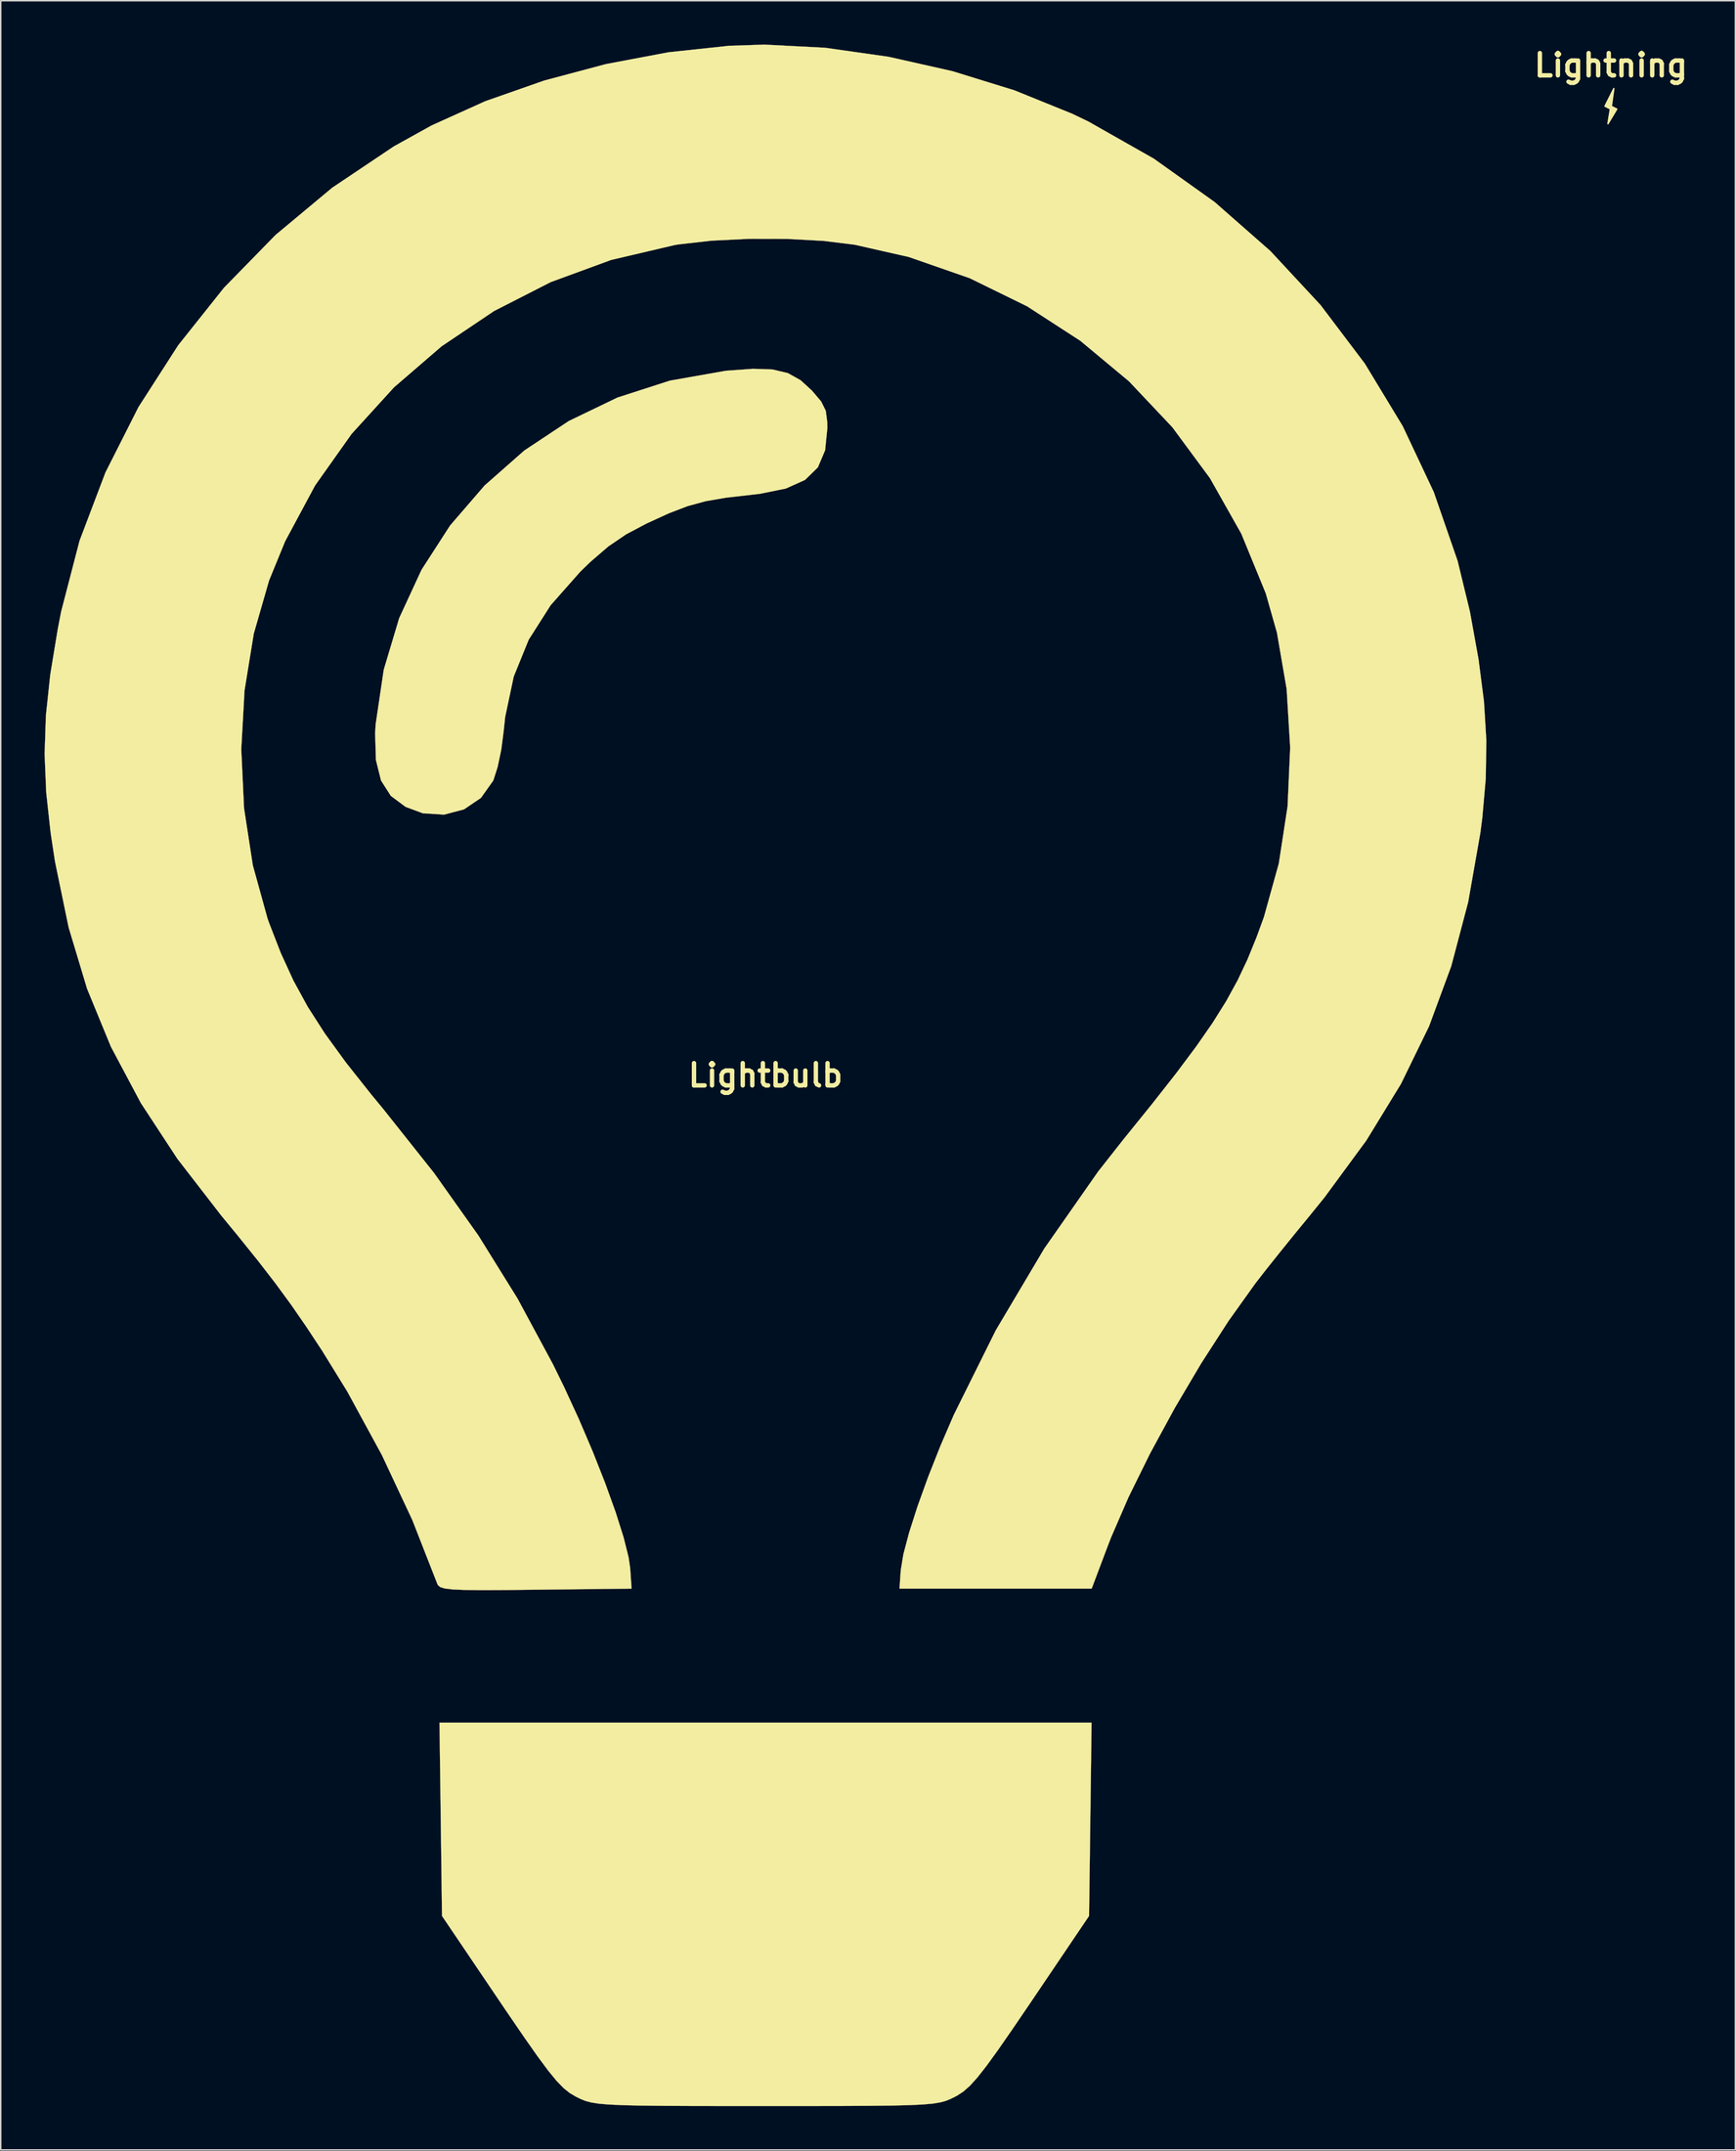
<source format=kicad_pcb>
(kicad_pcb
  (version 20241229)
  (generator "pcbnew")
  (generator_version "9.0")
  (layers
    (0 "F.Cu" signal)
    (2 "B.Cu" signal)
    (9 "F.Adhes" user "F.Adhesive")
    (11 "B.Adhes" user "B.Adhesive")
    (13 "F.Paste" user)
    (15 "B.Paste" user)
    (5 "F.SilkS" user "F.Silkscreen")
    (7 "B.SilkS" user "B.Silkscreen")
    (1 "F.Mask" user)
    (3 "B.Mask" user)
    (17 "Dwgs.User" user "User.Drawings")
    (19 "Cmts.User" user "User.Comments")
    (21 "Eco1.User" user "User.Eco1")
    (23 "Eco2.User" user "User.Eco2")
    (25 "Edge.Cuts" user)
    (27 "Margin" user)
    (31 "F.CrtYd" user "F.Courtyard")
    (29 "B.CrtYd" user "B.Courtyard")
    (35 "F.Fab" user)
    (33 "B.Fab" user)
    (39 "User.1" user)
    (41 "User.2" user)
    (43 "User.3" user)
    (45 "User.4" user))
  (footprint "Lightbulb"
    (layer "F.Cu")
    (at 49.37 70.561)
    (property "Reference" "Lightbulb" (at 0 0 0) (layer "F.SilkS") (effects (font (size 1.524 1.524) (thickness 0.3))))
    (attr through_hole)
    (fp_poly (pts (xy 22.154 57.544) (xy 18.187 63.415) (xy 16.925 65.271) (xy 15.924 66.714) (xy 15.134 67.805) (xy 14.509 68.602) (xy 14 69.166) (xy 13.558 69.557) (xy 13.137 69.834) (xy 12.976 69.921) (xy 12.66 70.076) (xy 12.341 70.204) (xy 11.965 70.307) (xy 11.474 70.388) (xy 10.813 70.449) (xy 9.927 70.493) (xy 8.758 70.523) (xy 7.251 70.541) (xy 5.35 70.551) (xy 3 70.555) (xy 0.143 70.556) (xy 0 70.556) (xy -2.881 70.555) (xy -5.253 70.551) (xy -7.173 70.542) (xy -8.697 70.524) (xy -9.88 70.494) (xy -10.778 70.451) (xy -11.448 70.391) (xy -11.945 70.311) (xy -12.326 70.21) (xy -12.646 70.083) (xy -12.961 69.928) (xy -12.976 69.921) (xy -13.402 69.67) (xy -13.83 69.328) (xy -14.309 68.835) (xy -14.885 68.132) (xy -15.608 67.157) (xy -16.525 65.852) (xy -17.685 64.156) (xy -18.187 63.415) (xy -22.154 57.544) (xy -22.239 50.927) (xy -22.325 44.309) (xy 22.325 44.309) (xy 22.154 57.544)) (stroke (width 0.01) (type solid)) (fill yes) (layer "F.SilkS"))
    (fp_poly (pts (xy 0.48 -48.319) (xy 1.53 -48.069) (xy 2.399 -47.585) (xy 3.175 -46.875) (xy 3.81 -46.127) (xy 4.125 -45.49) (xy 4.228 -44.701) (xy 4.233 -44.306) (xy 4.079 -42.787) (xy 3.585 -41.619) (xy 2.705 -40.759) (xy 1.393 -40.168) (xy -0.397 -39.805) (xy -0.945 -39.743) (xy -2.707 -39.542) (xy -4.106 -39.3) (xy -5.342 -38.963) (xy -6.616 -38.475) (xy -8.129 -37.782) (xy -8.148 -37.773) (xy -9.552 -37.03) (xy -10.764 -36.205) (xy -11.993 -35.148) (xy -12.685 -34.477) (xy -14.713 -32.183) (xy -16.217 -29.82) (xy -17.242 -27.3) (xy -17.828 -24.537) (xy -17.933 -23.555) (xy -18.094 -22.303) (xy -18.344 -21.109) (xy -18.63 -20.216) (xy -18.656 -20.16) (xy -19.488 -18.99) (xy -20.645 -18.207) (xy -22.011 -17.845) (xy -23.471 -17.939) (xy -24.648 -18.376) (xy -25.659 -19.13) (xy -26.328 -20.179) (xy -26.679 -21.584) (xy -26.734 -23.407) (xy -26.697 -24.034) (xy -26.144 -27.763) (xy -25.085 -31.299) (xy -23.557 -34.604) (xy -21.596 -37.642) (xy -19.237 -40.377) (xy -16.517 -42.772) (xy -13.473 -44.79) (xy -10.141 -46.396) (xy -6.556 -47.553) (xy -2.756 -48.224) (xy -2.649 -48.235) (xy -0.873 -48.365) (xy 0.48 -48.319)) (stroke (width 0.01) (type solid)) (fill yes) (layer "F.SilkS"))
    (fp_poly (pts (xy 4.083 -70.341) (xy 8.425 -69.723) (xy 12.797 -68.739) (xy 17.041 -67.428) (xy 20.994 -65.827) (xy 22.109 -65.291) (xy 26.588 -62.75) (xy 30.75 -59.783) (xy 34.567 -56.43) (xy 38.006 -52.728) (xy 41.038 -48.718) (xy 43.632 -44.438) (xy 45.758 -39.927) (xy 47.386 -35.224) (xy 48.231 -31.75) (xy 48.821 -28.49) (xy 49.194 -25.597) (xy 49.357 -22.921) (xy 49.316 -20.311) (xy 49.079 -17.617) (xy 48.946 -16.59) (xy 48.111 -11.853) (xy 46.954 -7.474) (xy 45.435 -3.358) (xy 43.51 0.589) (xy 41.138 4.462) (xy 38.276 8.356) (xy 37.272 9.596) (xy 36.223 10.874) (xy 35.171 12.176) (xy 34.236 13.349) (xy 33.541 14.243) (xy 33.532 14.255) (xy 31.702 16.817) (xy 29.84 19.703) (xy 28.025 22.769) (xy 26.336 25.876) (xy 24.854 28.881) (xy 23.656 31.644) (xy 23.439 32.205) (xy 22.333 35.137) (xy 9.172 35.137) (xy 9.261 33.867) (xy 9.439 32.785) (xy 9.834 31.296) (xy 10.411 29.495) (xy 11.138 27.481) (xy 11.981 25.352) (xy 12.89 23.244) (xy 15.768 17.45) (xy 19.089 11.856) (xy 22.776 6.585) (xy 24.49 4.407) (xy 26.472 1.955) (xy 28.124 -0.148) (xy 29.489 -1.974) (xy 30.615 -3.594) (xy 31.546 -5.081) (xy 32.327 -6.506) (xy 33.005 -7.94) (xy 33.623 -9.457) (xy 34.128 -10.839) (xy 35.147 -14.504) (xy 35.746 -18.413) (xy 35.925 -22.437) (xy 35.682 -26.445) (xy 35.018 -30.306) (xy 34.253 -32.996) (xy 32.578 -37.076) (xy 30.432 -40.876) (xy 27.855 -44.365) (xy 24.884 -47.51) (xy 21.557 -50.28) (xy 17.91 -52.643) (xy 13.982 -54.566) (xy 9.811 -56.018) (xy 6.101 -56.859) (xy 3.958 -57.122) (xy 1.474 -57.256) (xy -1.141 -57.261) (xy -3.679 -57.137) (xy -5.929 -56.884) (xy -6.23 -56.835) (xy -10.574 -55.816) (xy -14.705 -54.301) (xy -18.585 -52.322) (xy -22.177 -49.909) (xy -25.441 -47.095) (xy -28.342 -43.909) (xy -30.84 -40.384) (xy -32.898 -36.552) (xy -33.997 -33.867) (xy -35.043 -30.234) (xy -35.677 -26.341) (xy -35.899 -22.317) (xy -35.71 -18.288) (xy -35.109 -14.381) (xy -34.097 -10.723) (xy -33.997 -10.442) (xy -33.197 -8.38) (xy -32.335 -6.498) (xy -31.349 -4.692) (xy -30.172 -2.858) (xy -28.742 -0.889) (xy -26.992 1.319) (xy -26.147 2.343) (xy -22.69 6.696) (xy -19.664 10.963) (xy -16.983 15.278) (xy -14.558 19.776) (xy -13.807 21.308) (xy -12.788 23.519) (xy -11.837 25.745) (xy -10.988 27.896) (xy -10.272 29.881) (xy -9.725 31.609) (xy -9.378 32.992) (xy -9.27 33.726) (xy -9.172 35.137) (xy -15.741 35.212) (xy -17.839 35.234) (xy -19.442 35.241) (xy -20.618 35.228) (xy -21.435 35.193) (xy -21.964 35.129) (xy -22.272 35.034) (xy -22.429 34.902) (xy -22.484 34.789) (xy -24.187 30.441) (xy -26.27 25.997) (xy -28.634 21.657) (xy -30.364 18.85) (xy -31.457 17.193) (xy -32.488 15.702) (xy -33.55 14.252) (xy -34.737 12.716) (xy -36.142 10.97) (xy -37.272 9.596) (xy -40.274 5.713) (xy -42.777 1.895) (xy -44.824 -1.954) (xy -46.458 -5.928) (xy -47.72 -10.123) (xy -48.654 -14.636) (xy -48.951 -16.59) (xy -49.255 -19.363) (xy -49.365 -21.992) (xy -49.276 -24.63) (xy -48.978 -27.429) (xy -48.466 -30.54) (xy -48.231 -31.75) (xy -46.975 -36.589) (xy -45.2 -41.267) (xy -42.938 -45.743) (xy -40.22 -49.973) (xy -37.081 -53.915) (xy -33.551 -57.527) (xy -29.664 -60.766) (xy -25.452 -63.59) (xy -22.86 -65.027) (xy -19.189 -66.684) (xy -15.157 -68.097) (xy -10.925 -69.225) (xy -6.65 -70.032) (xy -2.493 -70.477) (xy -0.068 -70.556) (xy 4.083 -70.341)) (stroke (width 0.01) (type solid)) (fill yes) (layer "F.SilkS")))
  (footprint "Lightning"
    (layer "F.Cu")
    (at 107.255 4.418)
    (property "Reference" "Lightning" (at 0 -3 0) (layer "F.SilkS") (effects (font (size 1.524 1.524) (thickness 0.3))))
    (attr through_hole)
    (fp_poly (pts (xy -0.2 1) (xy 0 -0.2) (xy 0.4 0)) (stroke (width 0.1) (type solid)) (fill yes) (layer "F.SilkS"))
    (fp_poly (pts (xy 0 0) (xy -0.4 -0.2) (xy 0.2 -1.4)) (stroke (width 0.1) (type solid)) (fill yes) (layer "F.SilkS")))
  (gr_rect
    (start -3 -3)
    (end 115.778 144.121)
    (stroke (width 0.1) (type default))
    (fill no)
    (layer "Edge.Cuts")))
</source>
